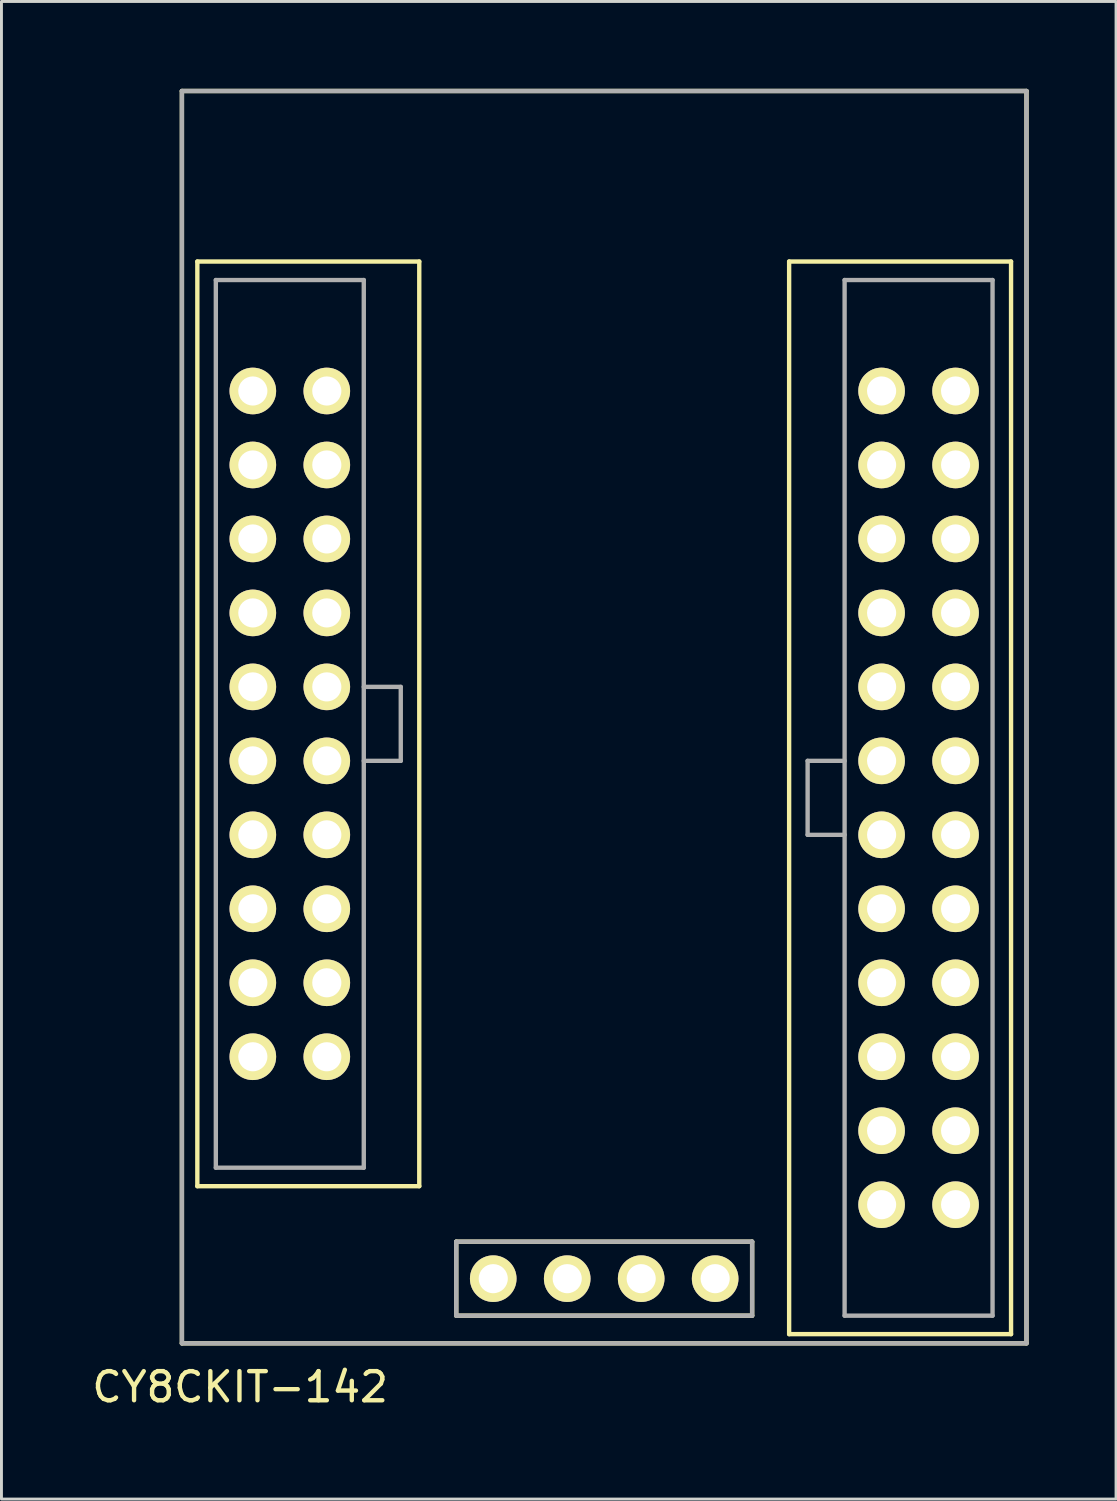
<source format=kicad_pcb>
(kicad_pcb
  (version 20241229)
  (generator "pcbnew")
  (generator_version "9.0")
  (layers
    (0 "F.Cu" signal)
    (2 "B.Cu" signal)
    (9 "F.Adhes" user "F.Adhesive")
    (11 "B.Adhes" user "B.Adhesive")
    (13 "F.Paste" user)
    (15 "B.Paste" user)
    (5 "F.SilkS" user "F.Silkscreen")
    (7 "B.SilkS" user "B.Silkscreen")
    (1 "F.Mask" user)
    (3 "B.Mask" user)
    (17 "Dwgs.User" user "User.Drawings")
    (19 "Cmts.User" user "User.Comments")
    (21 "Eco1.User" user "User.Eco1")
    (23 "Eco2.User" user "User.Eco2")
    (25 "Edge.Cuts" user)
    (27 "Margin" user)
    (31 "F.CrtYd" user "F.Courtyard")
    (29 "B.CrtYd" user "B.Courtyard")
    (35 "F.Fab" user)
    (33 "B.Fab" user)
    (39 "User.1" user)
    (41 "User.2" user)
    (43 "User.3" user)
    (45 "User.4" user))
  (footprint "CY8CKIT-142"
    (layer "F.Cu")
    (at 17.696 23.075)
    (property "Reference" "CY8CKIT-142" (at -12.5 21.5 0) (layer "F.SilkS") (effects (font (size 1 1) (thickness 0.15))))
    (attr through_hole)
    (fp_line (start -14.5 -23) (end -14.5 20) (stroke (width 0.15) (type solid)) (layer "F.SilkS"))
    (fp_line (start -14.5 20) (end 14.5 20) (stroke (width 0.15) (type solid)) (layer "F.SilkS"))
    (fp_line (start -13.97 -17.145) (end -6.35 -17.145) (stroke (width 0.15) (type solid)) (layer "F.SilkS"))
    (fp_line (start -13.97 14.605) (end -13.97 -17.145) (stroke (width 0.15) (type solid)) (layer "F.SilkS"))
    (fp_line (start -6.35 -17.145) (end -6.35 14.605) (stroke (width 0.15) (type solid)) (layer "F.SilkS"))
    (fp_line (start -6.35 14.605) (end -13.97 14.605) (stroke (width 0.15) (type solid)) (layer "F.SilkS"))
    (fp_line (start -5.08 16.51) (end -5.08 19.05) (stroke (width 0.15) (type solid)) (layer "F.SilkS"))
    (fp_line (start -5.08 19.05) (end 5.08 19.05) (stroke (width 0.15) (type solid)) (layer "F.SilkS"))
    (fp_line (start 5.08 16.51) (end -5.08 16.51) (stroke (width 0.15) (type solid)) (layer "F.SilkS"))
    (fp_line (start 5.08 19.05) (end 5.08 16.51) (stroke (width 0.15) (type solid)) (layer "F.SilkS"))
    (fp_line (start 6.35 -17.145) (end 13.97 -17.145) (stroke (width 0.15) (type solid)) (layer "F.SilkS"))
    (fp_line (start 6.35 19.685) (end 6.35 -17.145) (stroke (width 0.15) (type solid)) (layer "F.SilkS"))
    (fp_line (start 13.97 -17.145) (end 13.97 19.685) (stroke (width 0.15) (type solid)) (layer "F.SilkS"))
    (fp_line (start 13.97 19.685) (end 6.35 19.685) (stroke (width 0.15) (type solid)) (layer "F.SilkS"))
    (fp_line (start 14.5 -23) (end -14.5 -23) (stroke (width 0.15) (type solid)) (layer "F.SilkS"))
    (fp_line (start 14.5 20) (end 14.5 -23) (stroke (width 0.15) (type solid)) (layer "F.SilkS"))
    (fp_line (start -14.5 -23) (end -14.5 20) (stroke (width 0.15) (type solid)) (layer "F.Fab"))
    (fp_line (start -14.5 20) (end 14.5 20) (stroke (width 0.15) (type solid)) (layer "F.Fab"))
    (fp_line (start -13.335 -16.51) (end -8.255 -16.51) (stroke (width 0.15) (type solid)) (layer "F.Fab"))
    (fp_line (start -13.335 13.97) (end -13.335 -16.51) (stroke (width 0.15) (type solid)) (layer "F.Fab"))
    (fp_line (start -8.255 -16.51) (end -8.255 13.97) (stroke (width 0.15) (type solid)) (layer "F.Fab"))
    (fp_line (start -8.255 -2.54) (end -6.985 -2.54) (stroke (width 0.15) (type solid)) (layer "F.Fab"))
    (fp_line (start -8.255 13.97) (end -13.335 13.97) (stroke (width 0.15) (type solid)) (layer "F.Fab"))
    (fp_line (start -6.985 -2.54) (end -6.985 0) (stroke (width 0.15) (type solid)) (layer "F.Fab"))
    (fp_line (start -6.985 0) (end -8.255 0) (stroke (width 0.15) (type solid)) (layer "F.Fab"))
    (fp_line (start -5.08 16.51) (end 5.08 16.51) (stroke (width 0.15) (type solid)) (layer "F.Fab"))
    (fp_line (start -5.08 19.05) (end -5.08 16.51) (stroke (width 0.15) (type solid)) (layer "F.Fab"))
    (fp_line (start 5.08 16.51) (end 5.08 19.05) (stroke (width 0.15) (type solid)) (layer "F.Fab"))
    (fp_line (start 5.08 19.05) (end -5.08 19.05) (stroke (width 0.15) (type solid)) (layer "F.Fab"))
    (fp_line (start 6.985 0) (end 6.985 2.54) (stroke (width 0.15) (type solid)) (layer "F.Fab"))
    (fp_line (start 6.985 2.54) (end 8.255 2.54) (stroke (width 0.15) (type solid)) (layer "F.Fab"))
    (fp_line (start 8.255 -16.51) (end 13.335 -16.51) (stroke (width 0.15) (type solid)) (layer "F.Fab"))
    (fp_line (start 8.255 0) (end 6.985 0) (stroke (width 0.15) (type solid)) (layer "F.Fab"))
    (fp_line (start 8.255 19.05) (end 8.255 -16.51) (stroke (width 0.15) (type solid)) (layer "F.Fab"))
    (fp_line (start 13.335 -16.51) (end 13.335 19.05) (stroke (width 0.15) (type solid)) (layer "F.Fab"))
    (fp_line (start 13.335 19.05) (end 8.255 19.05) (stroke (width 0.15) (type solid)) (layer "F.Fab"))
    (fp_line (start 14.5 -23) (end -14.5 -23) (stroke (width 0.15) (type solid)) (layer "F.Fab"))
    (fp_line (start 14.5 20) (end 14.5 -23) (stroke (width 0.15) (type solid)) (layer "F.Fab"))
    (pad "0.0" thru_hole circle (at -9.525 -12.7) (size 1.6 1.6) (drill 1) (layers "*.Cu" "*.Mask" "F.SilkS"))
    (pad "0.1" thru_hole circle (at -12.065 -12.7) (size 1.6 1.6) (drill 1) (layers "*.Cu" "*.Mask" "F.SilkS"))
    (pad "0.2" thru_hole circle (at -9.525 -10.16) (size 1.6 1.6) (drill 1) (layers "*.Cu" "*.Mask" "F.SilkS"))
    (pad "0.3" thru_hole circle (at -12.065 -10.16) (size 1.6 1.6) (drill 1) (layers "*.Cu" "*.Mask" "F.SilkS"))
    (pad "0.4" thru_hole circle (at -9.525 -7.62) (size 1.6 1.6) (drill 1) (layers "*.Cu" "*.Mask" "F.SilkS"))
    (pad "0.5" thru_hole circle (at -12.065 -7.62) (size 1.6 1.6) (drill 1) (layers "*.Cu" "*.Mask" "F.SilkS"))
    (pad "0.6" thru_hole circle (at -12.065 0) (size 1.6 1.6) (drill 1) (layers "*.Cu" "*.Mask" "F.SilkS"))
    (pad "0.7" thru_hole circle (at -12.065 2.54) (size 1.6 1.6) (drill 1) (layers "*.Cu" "*.Mask" "F.SilkS"))
    (pad "1.0" thru_hole circle (at -12.065 -5.08) (size 1.6 1.6) (drill 1) (layers "*.Cu" "*.Mask" "F.SilkS"))
    (pad "1.1" thru_hole circle (at -9.525 -2.54) (size 1.6 1.6) (drill 1) (layers "*.Cu" "*.Mask" "F.SilkS"))
    (pad "1.2" thru_hole circle (at -12.065 -2.54) (size 1.6 1.6) (drill 1) (layers "*.Cu" "*.Mask" "F.SilkS"))
    (pad "1.3" thru_hole circle (at -9.525 2.54) (size 1.6 1.6) (drill 1) (layers "*.Cu" "*.Mask" "F.SilkS"))
    (pad "1.4" thru_hole circle (at -9.525 0) (size 1.6 1.6) (drill 1) (layers "*.Cu" "*.Mask" "F.SilkS"))
    (pad "1.4" thru_hole circle (at 3.81 17.78) (size 1.6 1.6) (drill 1) (layers "*.Cu" "*.Mask" "F.SilkS"))
    (pad "1.5" thru_hole circle (at -9.525 5.08) (size 1.6 1.6) (drill 1) (layers "*.Cu" "*.Mask" "F.SilkS"))
    (pad "1.5" thru_hole circle (at 1.27 17.78) (size 1.6 1.6) (drill 1) (layers "*.Cu" "*.Mask" "F.SilkS"))
    (pad "1.6" thru_hole circle (at -9.525 10.16) (size 1.6 1.6) (drill 1) (layers "*.Cu" "*.Mask" "F.SilkS"))
    (pad "1.7" thru_hole circle (at -9.525 7.62) (size 1.6 1.6) (drill 1) (layers "*.Cu" "*.Mask" "F.SilkS"))
    (pad "2.0" thru_hole circle (at 9.525 12.7) (size 1.6 1.6) (drill 1) (layers "*.Cu" "*.Mask" "F.SilkS"))
    (pad "2.1" thru_hole circle (at 12.065 12.7) (size 1.6 1.6) (drill 1) (layers "*.Cu" "*.Mask" "F.SilkS"))
    (pad "2.2" thru_hole circle (at 9.525 10.16) (size 1.6 1.6) (drill 1) (layers "*.Cu" "*.Mask" "F.SilkS"))
    (pad "2.3" thru_hole circle (at 12.065 10.16) (size 1.6 1.6) (drill 1) (layers "*.Cu" "*.Mask" "F.SilkS"))
    (pad "2.4" thru_hole circle (at 9.525 7.62) (size 1.6 1.6) (drill 1) (layers "*.Cu" "*.Mask" "F.SilkS"))
    (pad "2.5" thru_hole circle (at 12.065 7.62) (size 1.6 1.6) (drill 1) (layers "*.Cu" "*.Mask" "F.SilkS"))
    (pad "2.6" thru_hole circle (at 9.525 5.08) (size 1.6 1.6) (drill 1) (layers "*.Cu" "*.Mask" "F.SilkS"))
    (pad "2.7" thru_hole circle (at 12.065 5.08) (size 1.6 1.6) (drill 1) (layers "*.Cu" "*.Mask" "F.SilkS"))
    (pad "3.0" thru_hole circle (at 9.525 -2.54) (size 1.6 1.6) (drill 1) (layers "*.Cu" "*.Mask" "F.SilkS"))
    (pad "3.1" thru_hole circle (at 12.065 -2.54) (size 1.6 1.6) (drill 1) (layers "*.Cu" "*.Mask" "F.SilkS"))
    (pad "3.2" thru_hole circle (at 9.525 -5.08) (size 1.6 1.6) (drill 1) (layers "*.Cu" "*.Mask" "F.SilkS"))
    (pad "3.3" thru_hole circle (at 12.065 -5.08) (size 1.6 1.6) (drill 1) (layers "*.Cu" "*.Mask" "F.SilkS"))
    (pad "3.4" thru_hole circle (at 9.525 -7.62) (size 1.6 1.6) (drill 1) (layers "*.Cu" "*.Mask" "F.SilkS"))
    (pad "3.5" thru_hole circle (at 12.065 -7.62) (size 1.6 1.6) (drill 1) (layers "*.Cu" "*.Mask" "F.SilkS"))
    (pad "3.6" thru_hole circle (at 9.525 -10.16) (size 1.6 1.6) (drill 1) (layers "*.Cu" "*.Mask" "F.SilkS"))
    (pad "3.7" thru_hole circle (at 12.065 -10.16) (size 1.6 1.6) (drill 1) (layers "*.Cu" "*.Mask" "F.SilkS"))
    (pad "4.0" thru_hole circle (at 9.525 0) (size 1.6 1.6) (drill 1) (layers "*.Cu" "*.Mask" "F.SilkS"))
    (pad "4.1" thru_hole circle (at 9.525 2.54) (size 1.6 1.6) (drill 1) (layers "*.Cu" "*.Mask" "F.SilkS"))
    (pad "5.0" thru_hole circle (at 12.065 2.54) (size 1.6 1.6) (drill 1) (layers "*.Cu" "*.Mask" "F.SilkS"))
    (pad "5.1" thru_hole circle (at 12.065 0) (size 1.6 1.6) (drill 1) (layers "*.Cu" "*.Mask" "F.SilkS"))
    (pad "GND" thru_hole circle (at -12.065 7.62) (size 1.6 1.6) (drill 1) (layers "*.Cu" "*.Mask" "F.SilkS"))
    (pad "GND" thru_hole circle (at -1.27 17.78) (size 1.6 1.6) (drill 1) (layers "*.Cu" "*.Mask" "F.SilkS"))
    (pad "GND" thru_hole circle (at 9.525 -12.7) (size 1.6 1.6) (drill 1) (layers "*.Cu" "*.Mask" "F.SilkS"))
    (pad "GND" thru_hole circle (at 12.065 15.24) (size 1.6 1.6) (drill 1) (layers "*.Cu" "*.Mask" "F.SilkS"))
    (pad "VDD" thru_hole circle (at -3.81 17.78) (size 1.6 1.6) (drill 1) (layers "*.Cu" "*.Mask" "F.SilkS"))
    (pad "VDDA" thru_hole circle (at 12.065 -12.7) (size 1.6 1.6) (drill 1) (layers "*.Cu" "*.Mask" "F.SilkS"))
    (pad "VDDD" thru_hole circle (at -12.065 10.16) (size 1.6 1.6) (drill 1) (layers "*.Cu" "*.Mask" "F.SilkS"))
    (pad "VDDR" thru_hole circle (at 9.525 15.24) (size 1.6 1.6) (drill 1) (layers "*.Cu" "*.Mask" "F.SilkS"))
    (pad "VREF" thru_hole circle (at -9.525 -5.08) (size 1.6 1.6) (drill 1) (layers "*.Cu" "*.Mask" "F.SilkS"))
    (pad "XRES" thru_hole circle (at -12.065 5.08) (size 1.6 1.6) (drill 1) (layers "*.Cu" "*.Mask" "F.SilkS")))
  (gr_rect
    (start -3 -3)
    (end 35.271 48.423)
    (stroke (width 0.1) (type default))
    (fill no)
    (layer "Edge.Cuts")))
</source>
